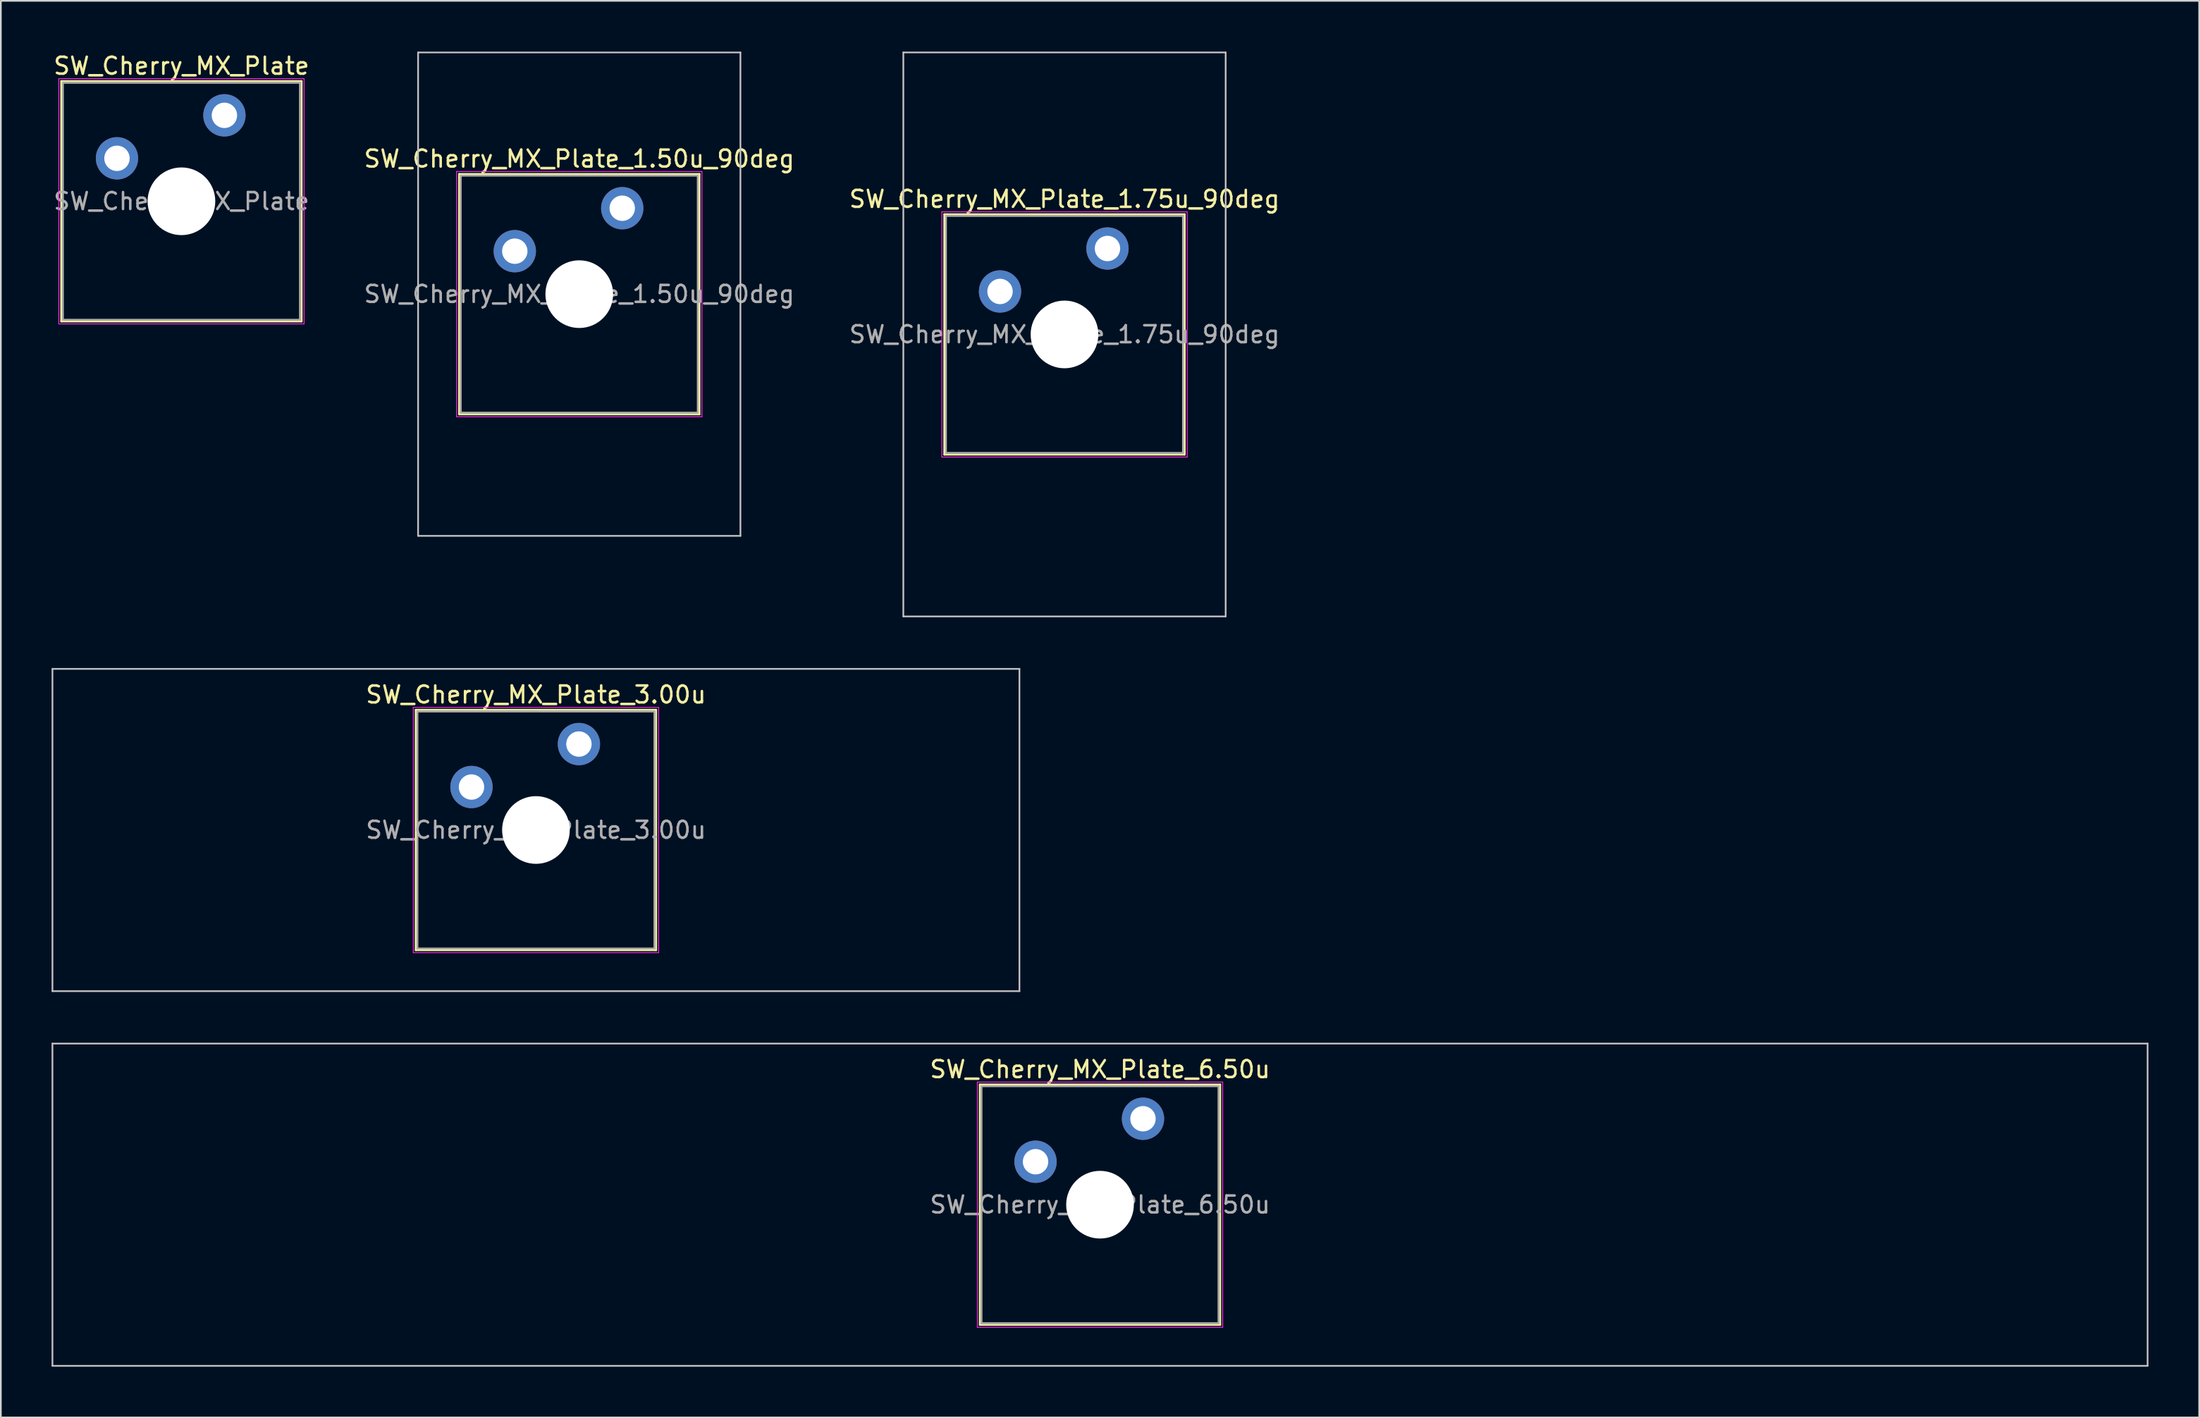
<source format=kicad_pcb>
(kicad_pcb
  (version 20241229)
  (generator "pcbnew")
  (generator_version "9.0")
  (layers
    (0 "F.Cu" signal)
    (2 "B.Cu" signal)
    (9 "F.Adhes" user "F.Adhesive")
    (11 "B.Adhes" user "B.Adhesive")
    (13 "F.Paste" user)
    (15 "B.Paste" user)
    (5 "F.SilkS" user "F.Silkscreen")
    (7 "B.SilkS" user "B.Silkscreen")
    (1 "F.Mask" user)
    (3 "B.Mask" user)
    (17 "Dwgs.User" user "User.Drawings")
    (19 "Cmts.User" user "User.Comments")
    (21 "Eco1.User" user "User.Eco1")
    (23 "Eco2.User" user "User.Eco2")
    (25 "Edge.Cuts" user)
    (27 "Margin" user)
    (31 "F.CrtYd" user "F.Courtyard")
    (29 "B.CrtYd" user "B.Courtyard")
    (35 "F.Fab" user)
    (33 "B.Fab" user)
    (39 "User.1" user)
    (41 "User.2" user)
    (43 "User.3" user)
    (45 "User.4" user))
  (footprint "SW_Cherry_MX_Plate_1.50u_90deg"
    (layer "F.Cu")
    (at 31.185 14.338)
    (property "Reference" "SW_Cherry_MX_Plate_1.50u_90deg" (at 0 -8 0) (layer "F.SilkS") (effects (font (size 1 1) (thickness 0.15))))
    (attr through_hole)
    (fp_line (start -7.1 -7.1) (end -7.1 7.1) (stroke (width 0.12) (type solid)) (layer "F.SilkS"))
    (fp_line (start -7.1 7.1) (end 7.1 7.1) (stroke (width 0.12) (type solid)) (layer "F.SilkS"))
    (fp_line (start 7.1 -7.1) (end -7.1 -7.1) (stroke (width 0.12) (type solid)) (layer "F.SilkS"))
    (fp_line (start 7.1 7.1) (end 7.1 -7.1) (stroke (width 0.12) (type solid)) (layer "F.SilkS"))
    (fp_line (start -9.525 -14.287) (end 9.525 -14.287) (stroke (width 0.1) (type solid)) (layer "Dwgs.User"))
    (fp_line (start -9.525 14.287) (end -9.525 -14.287) (stroke (width 0.1) (type solid)) (layer "Dwgs.User"))
    (fp_line (start 9.525 -14.287) (end 9.525 14.287) (stroke (width 0.1) (type solid)) (layer "Dwgs.User"))
    (fp_line (start 9.525 14.287) (end -9.525 14.287) (stroke (width 0.1) (type solid)) (layer "Dwgs.User"))
    (fp_line (start -7 -7) (end -7 7) (stroke (width 0.1) (type solid)) (layer "Eco1.User"))
    (fp_line (start -7 7) (end 7 7) (stroke (width 0.1) (type solid)) (layer "Eco1.User"))
    (fp_line (start 7 -7) (end -7 -7) (stroke (width 0.1) (type solid)) (layer "Eco1.User"))
    (fp_line (start 7 7) (end 7 -7) (stroke (width 0.1) (type solid)) (layer "Eco1.User"))
    (fp_line (start -7.25 -7.25) (end -7.25 7.25) (stroke (width 0.05) (type solid)) (layer "F.CrtYd"))
    (fp_line (start -7.25 7.25) (end 7.25 7.25) (stroke (width 0.05) (type solid)) (layer "F.CrtYd"))
    (fp_line (start 7.25 -7.25) (end -7.25 -7.25) (stroke (width 0.05) (type solid)) (layer "F.CrtYd"))
    (fp_line (start 7.25 7.25) (end 7.25 -7.25) (stroke (width 0.05) (type solid)) (layer "F.CrtYd"))
    (fp_line (start -7 -7) (end -7 7) (stroke (width 0.1) (type solid)) (layer "F.Fab"))
    (fp_line (start -7 7) (end 7 7) (stroke (width 0.1) (type solid)) (layer "F.Fab"))
    (fp_line (start 7 -7) (end -7 -7) (stroke (width 0.1) (type solid)) (layer "F.Fab"))
    (fp_line (start 7 7) (end 7 -7) (stroke (width 0.1) (type solid)) (layer "F.Fab"))
    (fp_text user "${REFERENCE}" (at 0 0 0) (layer "F.Fab") (effects (font (size 1 1) (thickness 0.15))))
    (pad "" np_thru_hole circle (at 0 0) (size 4 4) (drill 4) (layers "*.Cu" "*.Mask"))
    (pad "1" thru_hole circle (at -3.81 -2.54) (size 2.5 2.5) (drill 1.5) (layers "*.Cu" "*.Mask"))
    (pad "2" thru_hole circle (at 2.54 -5.08) (size 2.5 2.5) (drill 1.5) (layers "*.Cu" "*.Mask")))
  (footprint "SW_Cherry_MX_Plate_3.00u"
    (layer "F.Cu")
    (at 28.625 46.013)
    (property "Reference" "SW_Cherry_MX_Plate_3.00u" (at 0 -8 0) (layer "F.SilkS") (effects (font (size 1 1) (thickness 0.15))))
    (attr through_hole)
    (fp_line (start -7.1 -7.1) (end -7.1 7.1) (stroke (width 0.12) (type solid)) (layer "F.SilkS"))
    (fp_line (start -7.1 7.1) (end 7.1 7.1) (stroke (width 0.12) (type solid)) (layer "F.SilkS"))
    (fp_line (start 7.1 -7.1) (end -7.1 -7.1) (stroke (width 0.12) (type solid)) (layer "F.SilkS"))
    (fp_line (start 7.1 7.1) (end 7.1 -7.1) (stroke (width 0.12) (type solid)) (layer "F.SilkS"))
    (fp_line (start -28.575 -9.525) (end -28.575 9.525) (stroke (width 0.1) (type solid)) (layer "Dwgs.User"))
    (fp_line (start -28.575 9.525) (end 28.575 9.525) (stroke (width 0.1) (type solid)) (layer "Dwgs.User"))
    (fp_line (start 28.575 -9.525) (end -28.575 -9.525) (stroke (width 0.1) (type solid)) (layer "Dwgs.User"))
    (fp_line (start 28.575 9.525) (end 28.575 -9.525) (stroke (width 0.1) (type solid)) (layer "Dwgs.User"))
    (fp_line (start -7 -7) (end -7 7) (stroke (width 0.1) (type solid)) (layer "Eco1.User"))
    (fp_line (start -7 7) (end 7 7) (stroke (width 0.1) (type solid)) (layer "Eco1.User"))
    (fp_line (start 7 -7) (end -7 -7) (stroke (width 0.1) (type solid)) (layer "Eco1.User"))
    (fp_line (start 7 7) (end 7 -7) (stroke (width 0.1) (type solid)) (layer "Eco1.User"))
    (fp_line (start -7.25 -7.25) (end -7.25 7.25) (stroke (width 0.05) (type solid)) (layer "F.CrtYd"))
    (fp_line (start -7.25 7.25) (end 7.25 7.25) (stroke (width 0.05) (type solid)) (layer "F.CrtYd"))
    (fp_line (start 7.25 -7.25) (end -7.25 -7.25) (stroke (width 0.05) (type solid)) (layer "F.CrtYd"))
    (fp_line (start 7.25 7.25) (end 7.25 -7.25) (stroke (width 0.05) (type solid)) (layer "F.CrtYd"))
    (fp_line (start -7 -7) (end -7 7) (stroke (width 0.1) (type solid)) (layer "F.Fab"))
    (fp_line (start -7 7) (end 7 7) (stroke (width 0.1) (type solid)) (layer "F.Fab"))
    (fp_line (start 7 -7) (end -7 -7) (stroke (width 0.1) (type solid)) (layer "F.Fab"))
    (fp_line (start 7 7) (end 7 -7) (stroke (width 0.1) (type solid)) (layer "F.Fab"))
    (fp_text user "${REFERENCE}" (at 0 0 0) (layer "F.Fab") (effects (font (size 1 1) (thickness 0.15))))
    (pad "" np_thru_hole circle (at 0 0) (size 4 4) (drill 4) (layers "*.Cu" "*.Mask"))
    (pad "1" thru_hole circle (at -3.81 -2.54) (size 2.5 2.5) (drill 1.5) (layers "*.Cu" "*.Mask"))
    (pad "2" thru_hole circle (at 2.54 -5.08) (size 2.5 2.5) (drill 1.5) (layers "*.Cu" "*.Mask")))
  (footprint "SW_Cherry_MX_Plate"
    (layer "F.Cu")
    (at 7.673 8.848)
    (property "Reference" "SW_Cherry_MX_Plate" (at 0 -8 0) (layer "F.SilkS") (effects (font (size 1 1) (thickness 0.15))))
    (attr through_hole)
    (fp_line (start -7.1 -7.1) (end -7.1 7.1) (stroke (width 0.12) (type solid)) (layer "F.SilkS"))
    (fp_line (start -7.1 7.1) (end 7.1 7.1) (stroke (width 0.12) (type solid)) (layer "F.SilkS"))
    (fp_line (start 7.1 -7.1) (end -7.1 -7.1) (stroke (width 0.12) (type solid)) (layer "F.SilkS"))
    (fp_line (start 7.1 7.1) (end 7.1 -7.1) (stroke (width 0.12) (type solid)) (layer "F.SilkS"))
    (fp_line (start -7 -7) (end -7 7) (stroke (width 0.1) (type solid)) (layer "Eco1.User"))
    (fp_line (start -7 7) (end 7 7) (stroke (width 0.1) (type solid)) (layer "Eco1.User"))
    (fp_line (start 7 -7) (end -7 -7) (stroke (width 0.1) (type solid)) (layer "Eco1.User"))
    (fp_line (start 7 7) (end 7 -7) (stroke (width 0.1) (type solid)) (layer "Eco1.User"))
    (fp_line (start -7.25 -7.25) (end -7.25 7.25) (stroke (width 0.05) (type solid)) (layer "F.CrtYd"))
    (fp_line (start -7.25 7.25) (end 7.25 7.25) (stroke (width 0.05) (type solid)) (layer "F.CrtYd"))
    (fp_line (start 7.25 -7.25) (end -7.25 -7.25) (stroke (width 0.05) (type solid)) (layer "F.CrtYd"))
    (fp_line (start 7.25 7.25) (end 7.25 -7.25) (stroke (width 0.05) (type solid)) (layer "F.CrtYd"))
    (fp_line (start -7 -7) (end -7 7) (stroke (width 0.1) (type solid)) (layer "F.Fab"))
    (fp_line (start -7 7) (end 7 7) (stroke (width 0.1) (type solid)) (layer "F.Fab"))
    (fp_line (start 7 -7) (end -7 -7) (stroke (width 0.1) (type solid)) (layer "F.Fab"))
    (fp_line (start 7 7) (end 7 -7) (stroke (width 0.1) (type solid)) (layer "F.Fab"))
    (fp_text user "${REFERENCE}" (at 0 0 0) (layer "F.Fab") (effects (font (size 1 1) (thickness 0.15))))
    (pad "" np_thru_hole circle (at 0 0) (size 4 4) (drill 4) (layers "*.Cu" "*.Mask"))
    (pad "1" thru_hole circle (at -3.81 -2.54) (size 2.5 2.5) (drill 1.5) (layers "*.Cu" "*.Mask"))
    (pad "2" thru_hole circle (at 2.54 -5.08) (size 2.5 2.5) (drill 1.5) (layers "*.Cu" "*.Mask")))
  (footprint "SW_Cherry_MX_Plate_6.50u"
    (layer "F.Cu")
    (at 61.962 68.162)
    (property "Reference" "SW_Cherry_MX_Plate_6.50u" (at 0 -8 0) (layer "F.SilkS") (effects (font (size 1 1) (thickness 0.15))))
    (attr through_hole)
    (fp_line (start -7.1 -7.1) (end -7.1 7.1) (stroke (width 0.12) (type solid)) (layer "F.SilkS"))
    (fp_line (start -7.1 7.1) (end 7.1 7.1) (stroke (width 0.12) (type solid)) (layer "F.SilkS"))
    (fp_line (start 7.1 -7.1) (end -7.1 -7.1) (stroke (width 0.12) (type solid)) (layer "F.SilkS"))
    (fp_line (start 7.1 7.1) (end 7.1 -7.1) (stroke (width 0.12) (type solid)) (layer "F.SilkS"))
    (fp_line (start -61.913 -9.525) (end -61.913 9.525) (stroke (width 0.1) (type solid)) (layer "Dwgs.User"))
    (fp_line (start -61.913 9.525) (end 61.913 9.525) (stroke (width 0.1) (type solid)) (layer "Dwgs.User"))
    (fp_line (start 61.913 -9.525) (end -61.913 -9.525) (stroke (width 0.1) (type solid)) (layer "Dwgs.User"))
    (fp_line (start 61.913 9.525) (end 61.913 -9.525) (stroke (width 0.1) (type solid)) (layer "Dwgs.User"))
    (fp_line (start -7 -7) (end -7 7) (stroke (width 0.1) (type solid)) (layer "Eco1.User"))
    (fp_line (start -7 7) (end 7 7) (stroke (width 0.1) (type solid)) (layer "Eco1.User"))
    (fp_line (start 7 -7) (end -7 -7) (stroke (width 0.1) (type solid)) (layer "Eco1.User"))
    (fp_line (start 7 7) (end 7 -7) (stroke (width 0.1) (type solid)) (layer "Eco1.User"))
    (fp_line (start -7.25 -7.25) (end -7.25 7.25) (stroke (width 0.05) (type solid)) (layer "F.CrtYd"))
    (fp_line (start -7.25 7.25) (end 7.25 7.25) (stroke (width 0.05) (type solid)) (layer "F.CrtYd"))
    (fp_line (start 7.25 -7.25) (end -7.25 -7.25) (stroke (width 0.05) (type solid)) (layer "F.CrtYd"))
    (fp_line (start 7.25 7.25) (end 7.25 -7.25) (stroke (width 0.05) (type solid)) (layer "F.CrtYd"))
    (fp_line (start -7 -7) (end -7 7) (stroke (width 0.1) (type solid)) (layer "F.Fab"))
    (fp_line (start -7 7) (end 7 7) (stroke (width 0.1) (type solid)) (layer "F.Fab"))
    (fp_line (start 7 -7) (end -7 -7) (stroke (width 0.1) (type solid)) (layer "F.Fab"))
    (fp_line (start 7 7) (end 7 -7) (stroke (width 0.1) (type solid)) (layer "F.Fab"))
    (fp_text user "${REFERENCE}" (at 0 0 0) (layer "F.Fab") (effects (font (size 1 1) (thickness 0.15))))
    (pad "" np_thru_hole circle (at 0 0) (size 4 4) (drill 4) (layers "*.Cu" "*.Mask"))
    (pad "1" thru_hole circle (at -3.81 -2.54) (size 2.5 2.5) (drill 1.5) (layers "*.Cu" "*.Mask"))
    (pad "2" thru_hole circle (at 2.54 -5.08) (size 2.5 2.5) (drill 1.5) (layers "*.Cu" "*.Mask")))
  (footprint "SW_Cherry_MX_Plate_1.75u_90deg"
    (layer "F.Cu")
    (at 59.863 16.719)
    (property "Reference" "SW_Cherry_MX_Plate_1.75u_90deg" (at 0 -8 0) (layer "F.SilkS") (effects (font (size 1 1) (thickness 0.15))))
    (attr through_hole)
    (fp_line (start -7.1 -7.1) (end -7.1 7.1) (stroke (width 0.12) (type solid)) (layer "F.SilkS"))
    (fp_line (start -7.1 7.1) (end 7.1 7.1) (stroke (width 0.12) (type solid)) (layer "F.SilkS"))
    (fp_line (start 7.1 -7.1) (end -7.1 -7.1) (stroke (width 0.12) (type solid)) (layer "F.SilkS"))
    (fp_line (start 7.1 7.1) (end 7.1 -7.1) (stroke (width 0.12) (type solid)) (layer "F.SilkS"))
    (fp_line (start -9.525 -16.669) (end 9.525 -16.669) (stroke (width 0.1) (type solid)) (layer "Dwgs.User"))
    (fp_line (start -9.525 16.669) (end -9.525 -16.669) (stroke (width 0.1) (type solid)) (layer "Dwgs.User"))
    (fp_line (start 9.525 -16.669) (end 9.525 16.669) (stroke (width 0.1) (type solid)) (layer "Dwgs.User"))
    (fp_line (start 9.525 16.669) (end -9.525 16.669) (stroke (width 0.1) (type solid)) (layer "Dwgs.User"))
    (fp_line (start -7 -7) (end -7 7) (stroke (width 0.1) (type solid)) (layer "Eco1.User"))
    (fp_line (start -7 7) (end 7 7) (stroke (width 0.1) (type solid)) (layer "Eco1.User"))
    (fp_line (start 7 -7) (end -7 -7) (stroke (width 0.1) (type solid)) (layer "Eco1.User"))
    (fp_line (start 7 7) (end 7 -7) (stroke (width 0.1) (type solid)) (layer "Eco1.User"))
    (fp_line (start -7.25 -7.25) (end -7.25 7.25) (stroke (width 0.05) (type solid)) (layer "F.CrtYd"))
    (fp_line (start -7.25 7.25) (end 7.25 7.25) (stroke (width 0.05) (type solid)) (layer "F.CrtYd"))
    (fp_line (start 7.25 -7.25) (end -7.25 -7.25) (stroke (width 0.05) (type solid)) (layer "F.CrtYd"))
    (fp_line (start 7.25 7.25) (end 7.25 -7.25) (stroke (width 0.05) (type solid)) (layer "F.CrtYd"))
    (fp_line (start -7 -7) (end -7 7) (stroke (width 0.1) (type solid)) (layer "F.Fab"))
    (fp_line (start -7 7) (end 7 7) (stroke (width 0.1) (type solid)) (layer "F.Fab"))
    (fp_line (start 7 -7) (end -7 -7) (stroke (width 0.1) (type solid)) (layer "F.Fab"))
    (fp_line (start 7 7) (end 7 -7) (stroke (width 0.1) (type solid)) (layer "F.Fab"))
    (fp_text user "${REFERENCE}" (at 0 0 0) (layer "F.Fab") (effects (font (size 1 1) (thickness 0.15))))
    (pad "" np_thru_hole circle (at 0 0) (size 4 4) (drill 4) (layers "*.Cu" "*.Mask"))
    (pad "1" thru_hole circle (at -3.81 -2.54) (size 2.5 2.5) (drill 1.5) (layers "*.Cu" "*.Mask"))
    (pad "2" thru_hole circle (at 2.54 -5.08) (size 2.5 2.5) (drill 1.5) (layers "*.Cu" "*.Mask")))
  (gr_rect
    (start -3 -3)
    (end 126.925 80.737)
    (stroke (width 0.1) (type default))
    (fill no)
    (layer "Edge.Cuts")))
</source>
